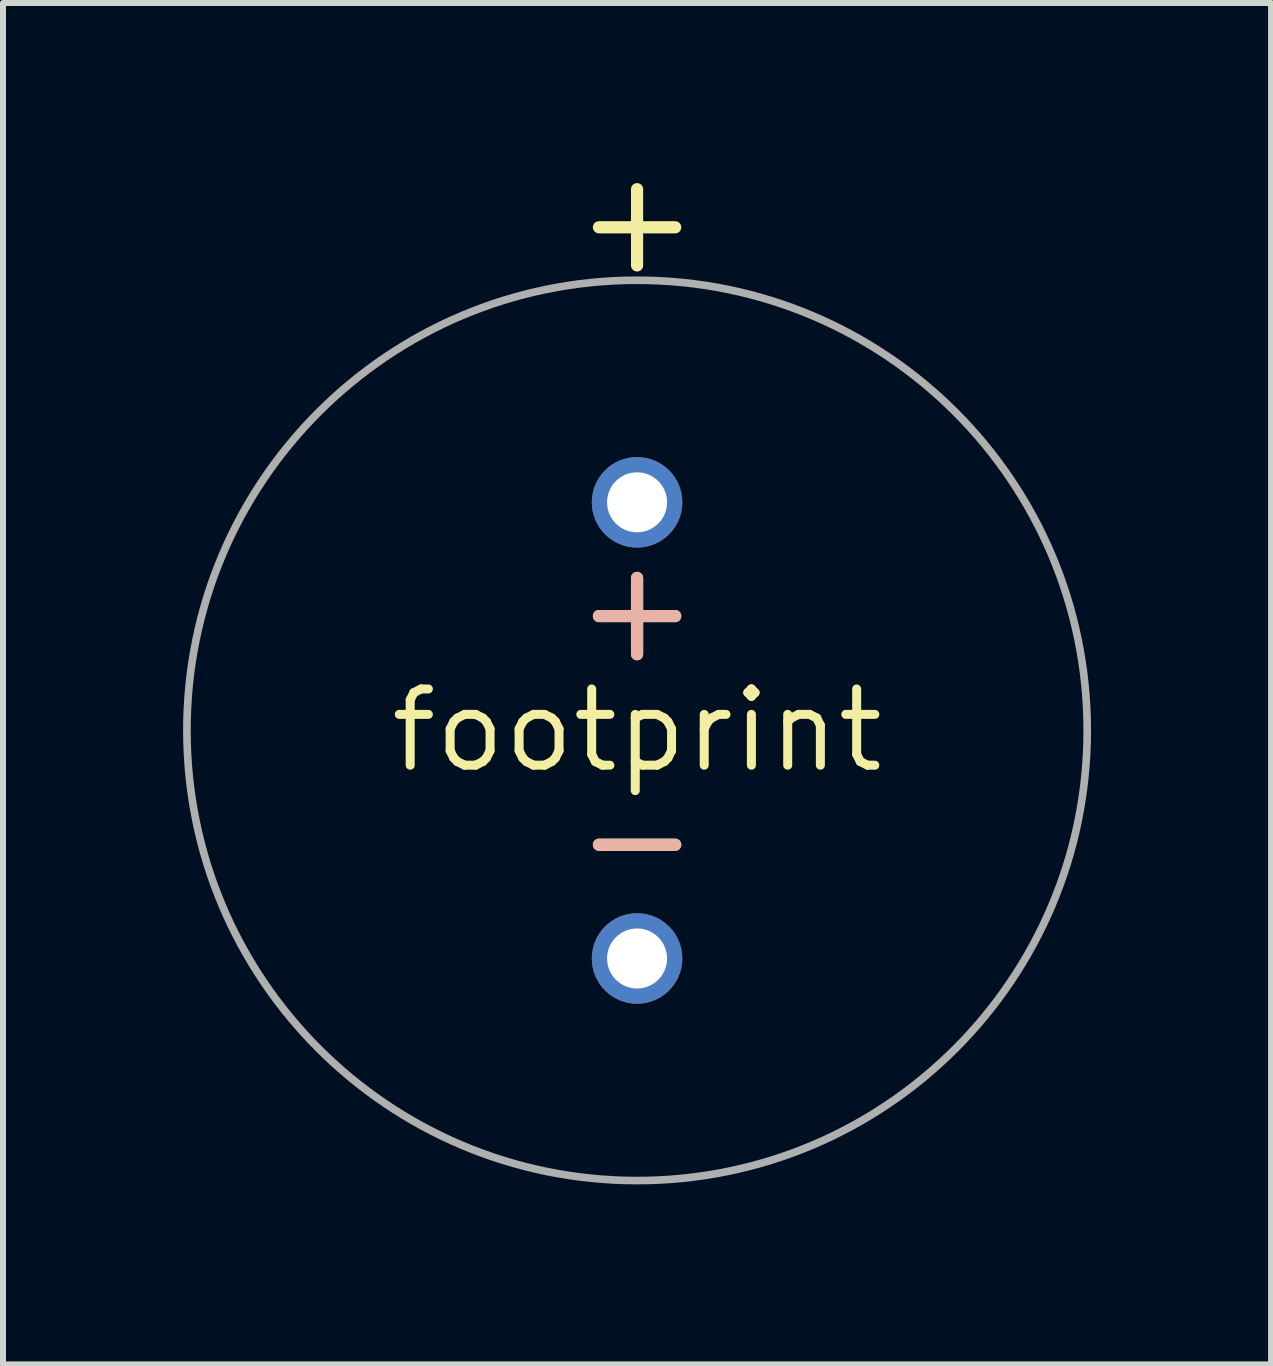
<source format=kicad_pcb>
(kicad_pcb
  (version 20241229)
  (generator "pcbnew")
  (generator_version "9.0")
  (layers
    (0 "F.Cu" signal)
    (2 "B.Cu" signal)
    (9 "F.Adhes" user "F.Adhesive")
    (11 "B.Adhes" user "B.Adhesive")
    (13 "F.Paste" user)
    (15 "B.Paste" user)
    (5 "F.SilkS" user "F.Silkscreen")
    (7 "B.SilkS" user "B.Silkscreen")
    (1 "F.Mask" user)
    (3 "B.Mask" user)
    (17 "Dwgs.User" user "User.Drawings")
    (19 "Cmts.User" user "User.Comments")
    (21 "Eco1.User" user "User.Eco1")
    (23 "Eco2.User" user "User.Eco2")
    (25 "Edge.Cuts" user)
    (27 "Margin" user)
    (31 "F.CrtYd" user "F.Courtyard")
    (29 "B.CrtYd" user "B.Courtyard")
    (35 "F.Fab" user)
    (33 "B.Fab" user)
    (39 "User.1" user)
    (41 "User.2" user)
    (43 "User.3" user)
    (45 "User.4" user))
  (footprint "footprint"
    (layer "F.Cu")
    (at 7.564 9.119)
    (property "Reference" "footprint" (at 0 0 0) (layer "F.SilkS") (effects (font (size 1.27 1.27) (thickness 0.15))))
    (fp_line (start -0.635 -8.382) (end 0.635 -8.382) (stroke (width 0.203) (type solid)) (layer "F.SilkS"))
    (fp_line (start -0.635 -1.905) (end 0.635 -1.905) (stroke (width 0.203) (type solid)) (layer "F.SilkS"))
    (fp_line (start -0.635 1.905) (end 0.635 1.905) (stroke (width 0.203) (type solid)) (layer "F.SilkS"))
    (fp_line (start 0 -9.017) (end 0 -7.747) (stroke (width 0.203) (type solid)) (layer "F.SilkS"))
    (fp_line (start 0 -2.54) (end 0 -1.27) (stroke (width 0.203) (type solid)) (layer "F.SilkS"))
    (fp_line (start 0 -2.54) (end 0 -1.27) (stroke (width 0.203) (type solid)) (layer "B.SilkS"))
    (fp_line (start 0.635 -1.905) (end -0.635 -1.905) (stroke (width 0.203) (type solid)) (layer "B.SilkS"))
    (fp_line (start 0.635 1.905) (end -0.635 1.905) (stroke (width 0.203) (type solid)) (layer "B.SilkS"))
    (fp_circle (center 0 0) (end 7.5 0) (stroke (width 0.127) (type solid)) (fill no) (layer "F.Fab"))
    (pad "+" thru_hole circle (at 0 -3.8) (size 1.508 1.508) (drill 1) (layers "*.Cu" "*.Mask"))
    (pad "-" thru_hole circle (at 0 3.8) (size 1.508 1.508) (drill 1) (layers "*.Cu" "*.Mask")))
  (gr_rect
    (start -3 -3)
    (end 18.127 19.682)
    (stroke (width 0.1) (type default))
    (fill no)
    (layer "Edge.Cuts")))
</source>
